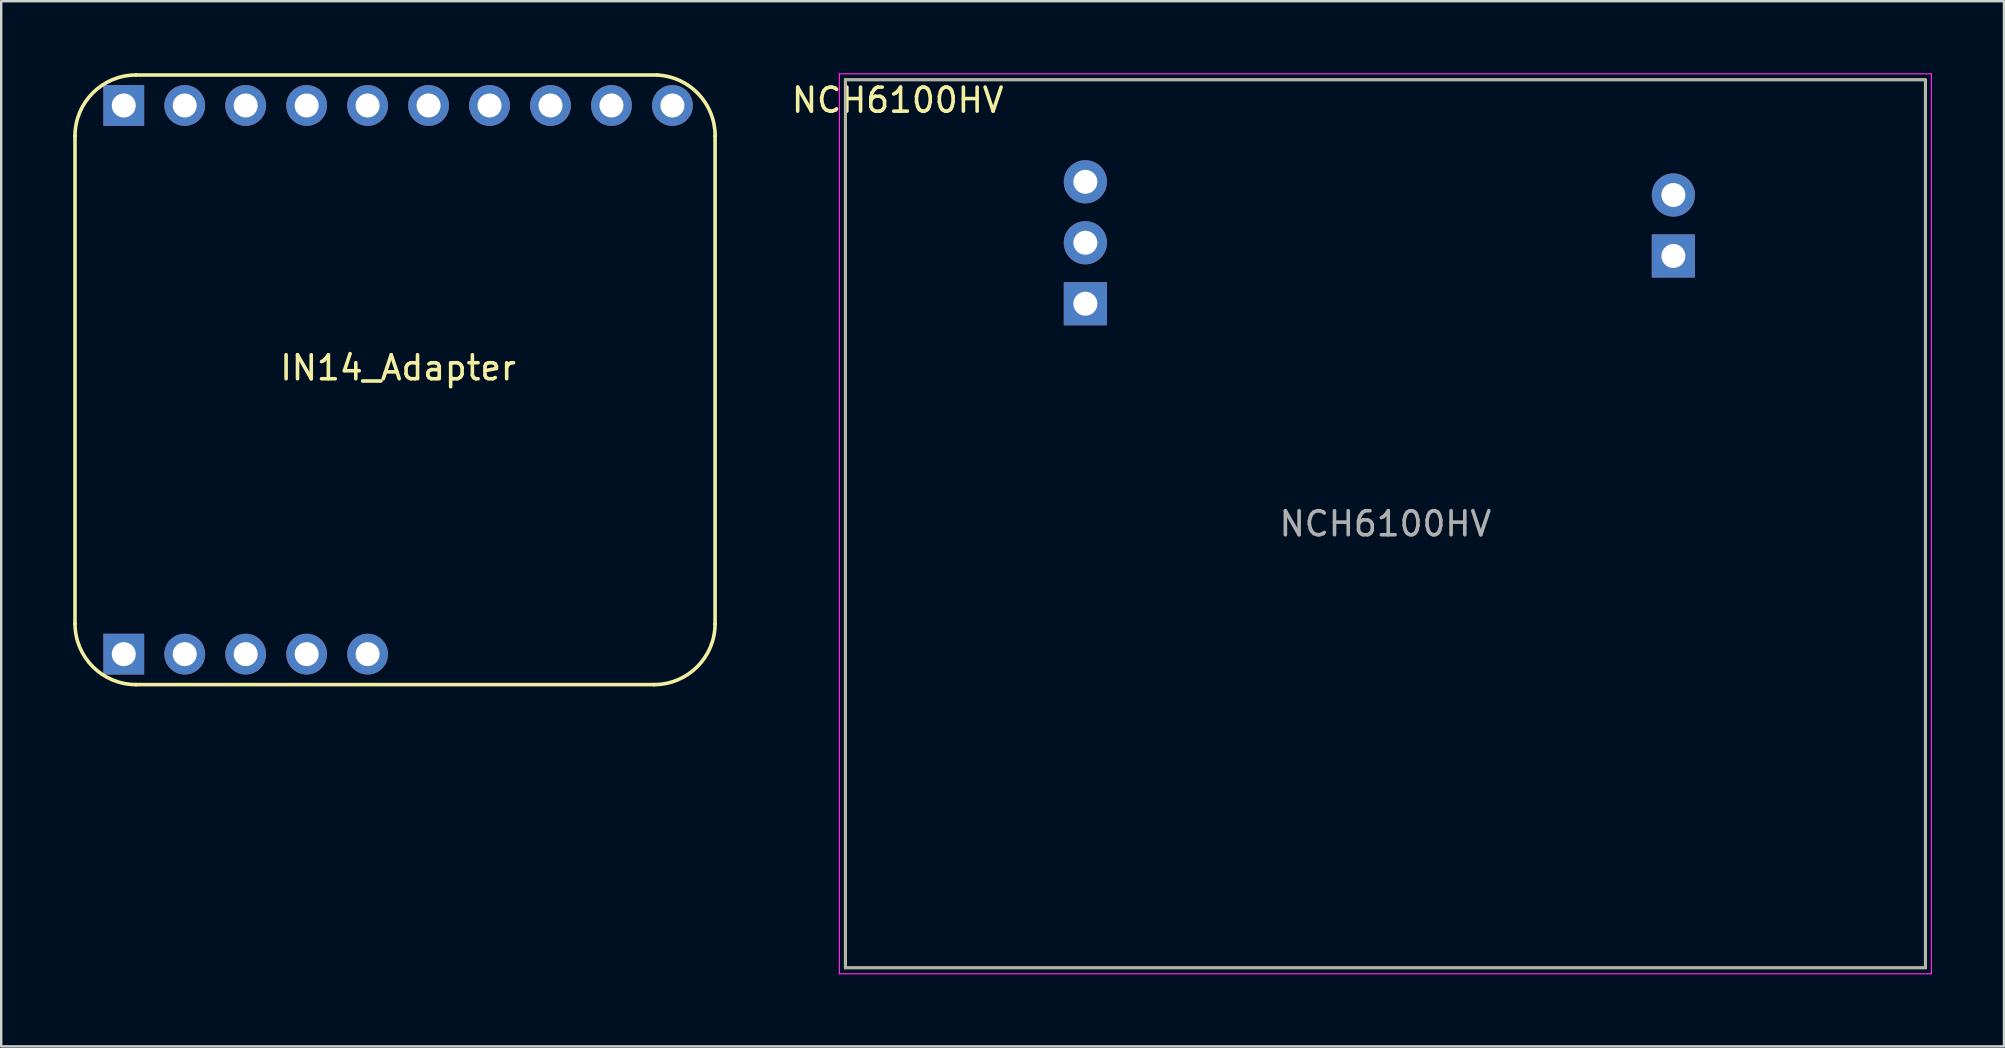
<source format=kicad_pcb>
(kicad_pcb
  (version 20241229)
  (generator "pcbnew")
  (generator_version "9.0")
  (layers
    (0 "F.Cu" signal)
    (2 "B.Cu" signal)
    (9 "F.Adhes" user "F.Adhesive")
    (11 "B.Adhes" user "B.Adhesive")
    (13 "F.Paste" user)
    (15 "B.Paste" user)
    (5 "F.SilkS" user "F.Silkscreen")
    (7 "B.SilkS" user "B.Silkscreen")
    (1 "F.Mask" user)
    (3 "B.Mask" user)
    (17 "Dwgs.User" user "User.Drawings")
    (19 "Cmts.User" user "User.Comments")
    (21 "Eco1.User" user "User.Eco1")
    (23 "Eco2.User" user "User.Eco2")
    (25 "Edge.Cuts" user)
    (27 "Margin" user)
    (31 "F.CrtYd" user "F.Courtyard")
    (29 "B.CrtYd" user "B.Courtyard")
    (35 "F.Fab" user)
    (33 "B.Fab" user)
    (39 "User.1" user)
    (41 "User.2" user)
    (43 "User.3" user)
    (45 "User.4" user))
  (footprint "NCH6100HV"
    (layer "F.Cu")
    (at 32.173 0.275)
    (property "Reference" "NCH6100HV" (at 2.18 0.85 0) (layer "F.SilkS") (effects (font (size 1 1) (thickness 0.15))))
    (attr through_hole)
    (fp_line (start 0 0) (end 45 0) (stroke (width 0.12) (type solid)) (layer "F.SilkS"))
    (fp_line (start 0 37) (end 0 0) (stroke (width 0.12) (type solid)) (layer "F.SilkS"))
    (fp_line (start 45 0) (end 45 37) (stroke (width 0.12) (type solid)) (layer "F.SilkS"))
    (fp_line (start 45 37) (end 0 37) (stroke (width 0.12) (type solid)) (layer "F.SilkS"))
    (fp_line (start -0.25 -0.25) (end 45.25 -0.25) (stroke (width 0.05) (type solid)) (layer "F.CrtYd"))
    (fp_line (start -0.25 37.25) (end -0.25 -0.25) (stroke (width 0.05) (type solid)) (layer "F.CrtYd"))
    (fp_line (start 45.25 -0.25) (end 45.25 37.25) (stroke (width 0.05) (type solid)) (layer "F.CrtYd"))
    (fp_line (start 45.25 37.25) (end -0.25 37.25) (stroke (width 0.05) (type solid)) (layer "F.CrtYd"))
    (fp_line (start 0 0) (end 45 0) (stroke (width 0.1) (type solid)) (layer "F.Fab"))
    (fp_line (start 0 37) (end 0 0) (stroke (width 0.1) (type solid)) (layer "F.Fab"))
    (fp_line (start 45 0) (end 45 37) (stroke (width 0.1) (type solid)) (layer "F.Fab"))
    (fp_line (start 45 37) (end 0 37) (stroke (width 0.1) (type solid)) (layer "F.Fab"))
    (fp_text user "${REFERENCE}" (at 22.5 18.5 0) (layer "F.Fab") (effects (font (size 1 1) (thickness 0.15))))
    (pad "1" thru_hole rect (at 10 9.33) (size 1.8 1.8) (drill 1) (layers "*.Cu" "*.Mask"))
    (pad "2" thru_hole circle (at 10 6.79) (size 1.8 1.8) (drill 1) (layers "*.Cu" "*.Mask"))
    (pad "3" thru_hole circle (at 10 4.25) (size 1.8 1.8) (drill 1) (layers "*.Cu" "*.Mask"))
    (pad "4" thru_hole rect (at 34.5 7.34) (size 1.8 1.8) (drill 1) (layers "*.Cu" "*.Mask"))
    (pad "5" thru_hole circle (at 34.5 4.8) (size 1.8 1.8) (drill 1) (layers "*.Cu" "*.Mask")))
  (footprint "IN14_Adapter"
    (layer "F.Cu")
    (at 13.537 12.775)
    (property "Reference" "IN14_Adapter" (at 0 -0.5 0) (unlocked yes) (layer "F.SilkS") (effects (font (size 1 1) (thickness 0.15))))
    (attr through_hole)
    (fp_line (start -13.462 -10.16) (end -13.462 10.16) (stroke (width 0.15) (type solid)) (layer "F.SilkS"))
    (fp_line (start -10.922 -12.7) (end 10.795 -12.7) (stroke (width 0.15) (type solid)) (layer "F.SilkS"))
    (fp_line (start 10.668 12.7) (end -10.922 12.7) (stroke (width 0.15) (type solid)) (layer "F.SilkS"))
    (fp_line (start 13.208 -10.16) (end 13.208 10.16) (stroke (width 0.15) (type solid)) (layer "F.SilkS"))
    (fp_arc (start -13.462 -10.16) (mid -12.718051 -11.956051) (end -10.922 -12.7) (stroke (width 0.15) (type solid)) (layer "F.SilkS"))
    (fp_arc (start -10.922 12.7) (mid -12.718051 11.956051) (end -13.462 10.16) (stroke (width 0.15) (type solid)) (layer "F.SilkS"))
    (fp_arc (start 10.795 -12.7) (mid 12.510649 -11.912818) (end 13.211173 -10.16) (stroke (width 0.15) (type solid)) (layer "F.SilkS"))
    (fp_arc (start 13.208 10.16) (mid 12.464051 11.956051) (end 10.668 12.7) (stroke (width 0.15) (type solid)) (layer "F.SilkS"))
    (pad "1" thru_hole rect (at -11.43 -11.43 270) (size 1.7 1.7) (drill 1) (layers "*.Cu" "*.Mask"))
    (pad "2" thru_hole oval (at -8.89 -11.43 270) (size 1.7 1.7) (drill 1) (layers "*.Cu" "*.Mask"))
    (pad "3" thru_hole oval (at -6.35 -11.43 270) (size 1.7 1.7) (drill 1) (layers "*.Cu" "*.Mask"))
    (pad "4" thru_hole oval (at -3.81 -11.43 270) (size 1.7 1.7) (drill 1) (layers "*.Cu" "*.Mask"))
    (pad "5" thru_hole oval (at -1.27 -11.43 270) (size 1.7 1.7) (drill 1) (layers "*.Cu" "*.Mask"))
    (pad "6" thru_hole oval (at 1.27 -11.43 270) (size 1.7 1.7) (drill 1) (layers "*.Cu" "*.Mask"))
    (pad "7" thru_hole oval (at 3.81 -11.43 270) (size 1.7 1.7) (drill 1) (layers "*.Cu" "*.Mask"))
    (pad "8" thru_hole oval (at 6.35 -11.43 270) (size 1.7 1.7) (drill 1) (layers "*.Cu" "*.Mask"))
    (pad "9" thru_hole oval (at 8.89 -11.43 270) (size 1.7 1.7) (drill 1) (layers "*.Cu" "*.Mask"))
    (pad "10" thru_hole oval (at 11.43 -11.43 270) (size 1.7 1.7) (drill 1) (layers "*.Cu" "*.Mask"))
    (pad "11" thru_hole rect (at -11.43 11.43 270) (size 1.7 1.7) (drill 1) (layers "*.Cu" "*.Mask"))
    (pad "12" thru_hole oval (at -8.89 11.43 270) (size 1.7 1.7) (drill 1) (layers "*.Cu" "*.Mask"))
    (pad "13" thru_hole oval (at -6.35 11.43 270) (size 1.7 1.7) (drill 1) (layers "*.Cu" "*.Mask"))
    (pad "14" thru_hole oval (at -3.81 11.43 270) (size 1.7 1.7) (drill 1) (layers "*.Cu" "*.Mask"))
    (pad "15" thru_hole oval (at -1.27 11.43 270) (size 1.7 1.7) (drill 1) (layers "*.Cu" "*.Mask")))
  (gr_rect
    (start -3 -3)
    (end 80.448 40.55)
    (stroke (width 0.1) (type default))
    (fill no)
    (layer "Edge.Cuts")))
</source>
